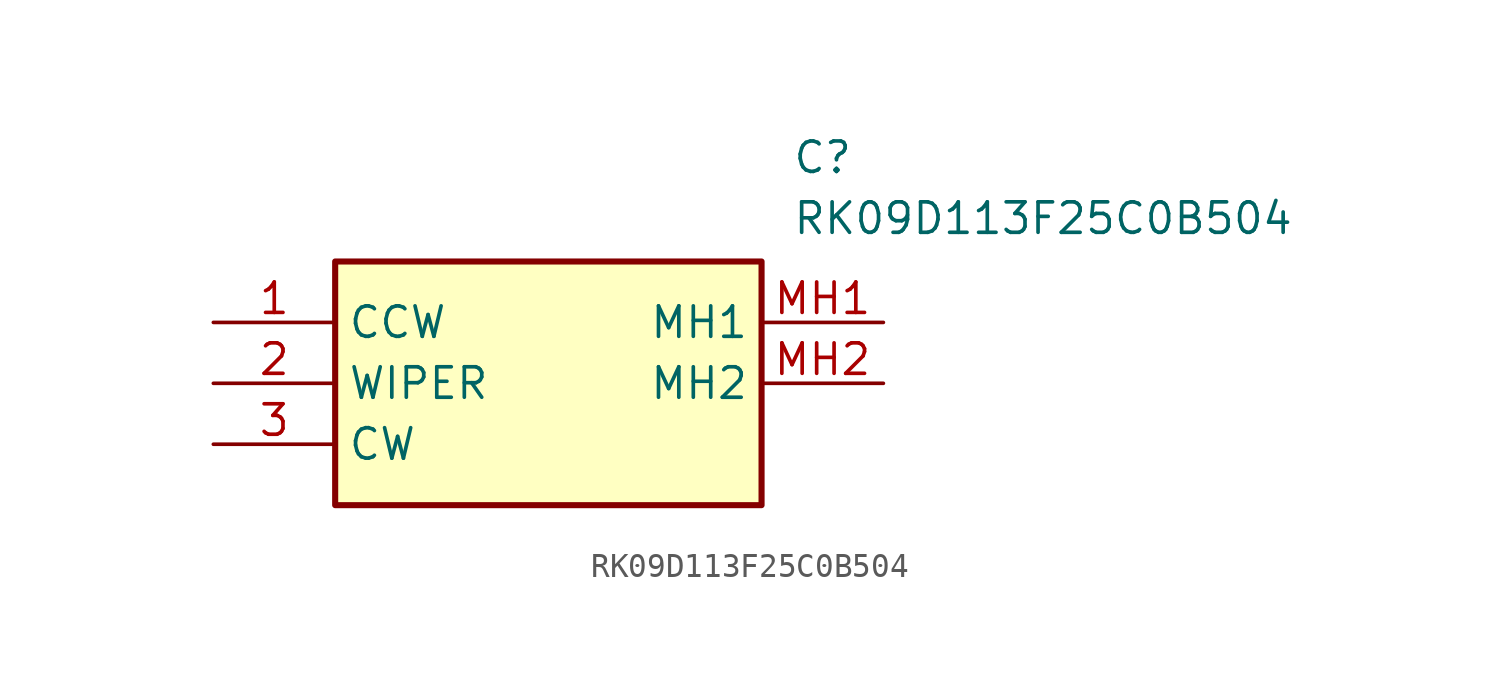
<source format=kicad_sym>
(kicad_symbol_lib
  (version 20211014)
  (generator SamacSys_ECAD_Model)
  (symbol "RK09D113F25C0B504"
    (property "Reference" "C"
      (at 24.13 7.62 0)
      (effects (font (size 1.27 1.27)) (justify left top)))
    (property "Value" "RK09D113F25C0B504"
      (at 24.13 5.08 0)
      (effects (font (size 1.27 1.27)) (justify left top)))
    (rectangle
      (start 5.08 2.54)
      (end 22.86 -7.62)
      (stroke (width 0.254) (type default))
      (fill (type background)))
    (pin passive line
      (at 0 0 0)
      (length 5.08)
      (name "CCW" (effects (font (size 1.27 1.27))))
      (number "1" (effects (font (size 1.27 1.27)))))
    (pin passive line
      (at 0 -2.54 0)
      (length 5.08)
      (name "WIPER" (effects (font (size 1.27 1.27))))
      (number "2" (effects (font (size 1.27 1.27)))))
    (pin passive line
      (at 0 -5.08 0)
      (length 5.08)
      (name "CW" (effects (font (size 1.27 1.27))))
      (number "3" (effects (font (size 1.27 1.27)))))
    (pin passive line
      (at 27.94 0 180)
      (length 5.08)
      (name "MH1" (effects (font (size 1.27 1.27))))
      (number "MH1" (effects (font (size 1.27 1.27)))))
    (pin passive line
      (at 27.94 -2.54 180)
      (length 5.08)
      (name "MH2" (effects (font (size 1.27 1.27))))
      (number "MH2" (effects (font (size 1.27 1.27)))))))
</source>
